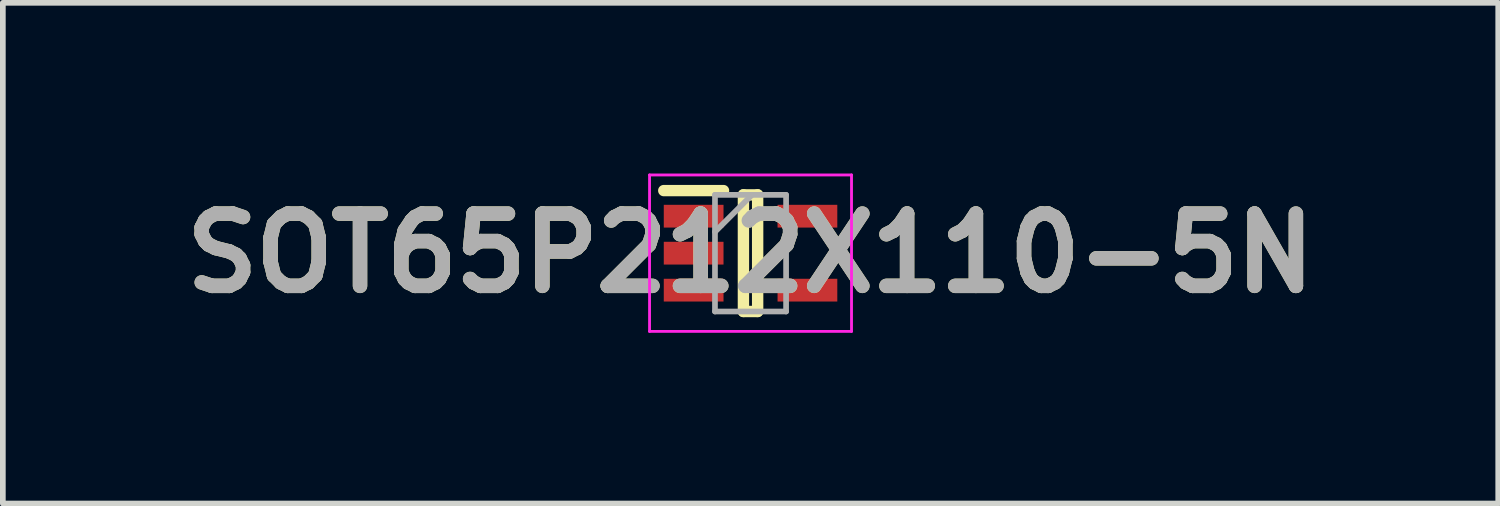
<source format=kicad_pcb>
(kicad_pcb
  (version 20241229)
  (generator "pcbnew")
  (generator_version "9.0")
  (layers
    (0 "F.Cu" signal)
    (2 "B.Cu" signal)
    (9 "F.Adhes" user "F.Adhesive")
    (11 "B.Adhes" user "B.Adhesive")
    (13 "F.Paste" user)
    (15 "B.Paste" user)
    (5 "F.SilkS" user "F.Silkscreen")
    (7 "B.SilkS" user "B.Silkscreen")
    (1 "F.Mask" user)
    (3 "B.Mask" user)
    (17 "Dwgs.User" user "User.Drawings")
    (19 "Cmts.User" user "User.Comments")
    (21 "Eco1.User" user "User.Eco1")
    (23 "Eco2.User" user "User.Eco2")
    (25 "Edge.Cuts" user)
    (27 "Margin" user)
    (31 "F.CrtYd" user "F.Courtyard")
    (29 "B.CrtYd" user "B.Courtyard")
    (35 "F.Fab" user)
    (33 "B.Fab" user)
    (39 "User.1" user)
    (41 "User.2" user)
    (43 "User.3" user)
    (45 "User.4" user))
  (footprint "SOT65P212X110-5N"
    (layer "F.Cu")
    (at 10.142 1.4)
    (property "Reference" "SOT65P212X110-5N" (at 0 0 0) (layer "F.SilkS") (effects (font (size 1.27 1.27) (thickness 0.254))))
    (attr smd)
    (fp_line (start -1.525 -1.1) (end -0.475 -1.1) (stroke (width 0.2) (type solid)) (layer "F.SilkS"))
    (fp_line (start -0.125 -1.025) (end 0.125 -1.025) (stroke (width 0.2) (type solid)) (layer "F.SilkS"))
    (fp_line (start -0.125 1.025) (end -0.125 -1.025) (stroke (width 0.2) (type solid)) (layer "F.SilkS"))
    (fp_line (start 0.125 -1.025) (end 0.125 1.025) (stroke (width 0.2) (type solid)) (layer "F.SilkS"))
    (fp_line (start 0.125 1.025) (end -0.125 1.025) (stroke (width 0.2) (type solid)) (layer "F.SilkS"))
    (fp_line (start -1.775 -1.375) (end 1.775 -1.375) (stroke (width 0.05) (type solid)) (layer "F.CrtYd"))
    (fp_line (start -1.775 1.375) (end -1.775 -1.375) (stroke (width 0.05) (type solid)) (layer "F.CrtYd"))
    (fp_line (start 1.775 -1.375) (end 1.775 1.375) (stroke (width 0.05) (type solid)) (layer "F.CrtYd"))
    (fp_line (start 1.775 1.375) (end -1.775 1.375) (stroke (width 0.05) (type solid)) (layer "F.CrtYd"))
    (fp_line (start -0.625 -1.025) (end 0.625 -1.025) (stroke (width 0.1) (type solid)) (layer "F.Fab"))
    (fp_line (start -0.625 -0.375) (end 0.025 -1.025) (stroke (width 0.1) (type solid)) (layer "F.Fab"))
    (fp_line (start -0.625 1.025) (end -0.625 -1.025) (stroke (width 0.1) (type solid)) (layer "F.Fab"))
    (fp_line (start 0.625 -1.025) (end 0.625 1.025) (stroke (width 0.1) (type solid)) (layer "F.Fab"))
    (fp_line (start 0.625 1.025) (end -0.625 1.025) (stroke (width 0.1) (type solid)) (layer "F.Fab"))
    (fp_text user "${REFERENCE}" (at 0 0 0) (layer "F.Fab") (effects (font (size 1.27 1.27) (thickness 0.254))))
    (pad "1" smd rect (at -1 -0.65 90) (size 0.4 1.05) (layers "F.Cu" "F.Mask" "F.Paste"))
    (pad "2" smd rect (at -1 0 90) (size 0.4 1.05) (layers "F.Cu" "F.Mask" "F.Paste"))
    (pad "3" smd rect (at -1 0.65 90) (size 0.4 1.05) (layers "F.Cu" "F.Mask" "F.Paste"))
    (pad "4" smd rect (at 1 0.65 90) (size 0.4 1.05) (layers "F.Cu" "F.Mask" "F.Paste"))
    (pad "5" smd rect (at 1 -0.65 90) (size 0.4 1.05) (layers "F.Cu" "F.Mask" "F.Paste")))
  (gr_rect
    (start -3 -3)
    (end 23.284 5.8)
    (stroke (width 0.1) (type default))
    (fill no)
    (layer "Edge.Cuts")))
</source>
